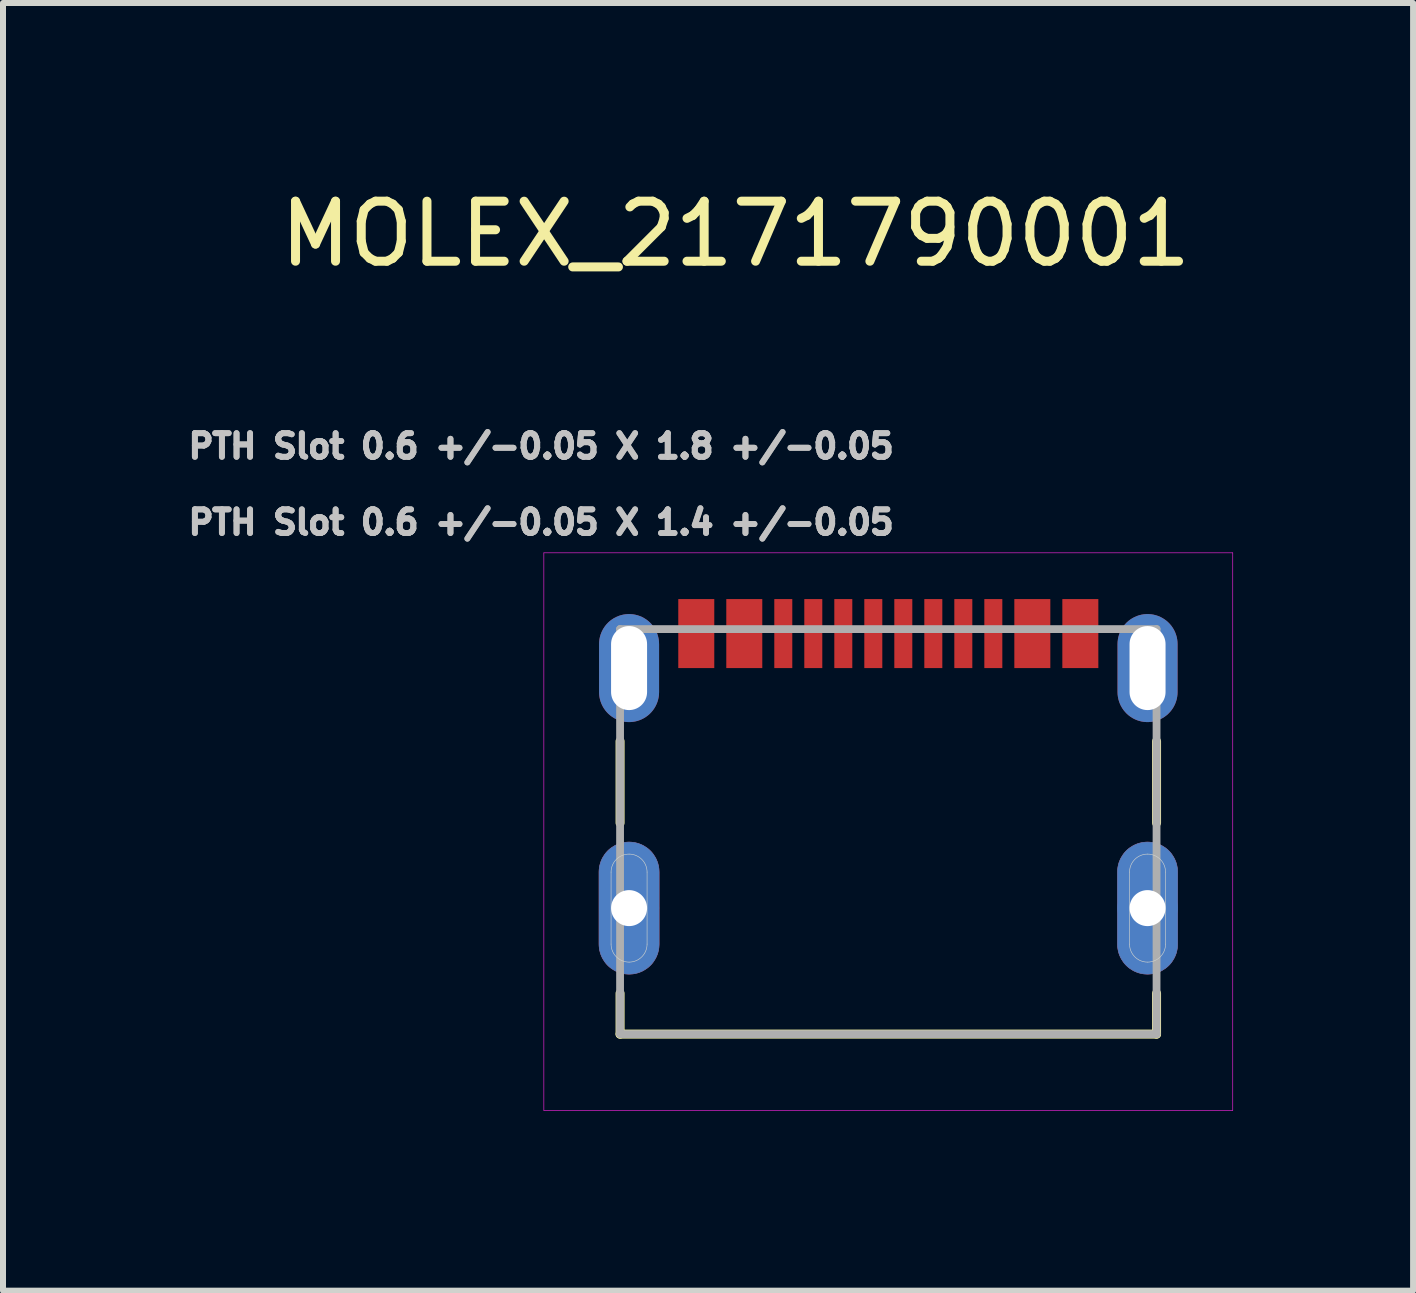
<source format=kicad_pcb>
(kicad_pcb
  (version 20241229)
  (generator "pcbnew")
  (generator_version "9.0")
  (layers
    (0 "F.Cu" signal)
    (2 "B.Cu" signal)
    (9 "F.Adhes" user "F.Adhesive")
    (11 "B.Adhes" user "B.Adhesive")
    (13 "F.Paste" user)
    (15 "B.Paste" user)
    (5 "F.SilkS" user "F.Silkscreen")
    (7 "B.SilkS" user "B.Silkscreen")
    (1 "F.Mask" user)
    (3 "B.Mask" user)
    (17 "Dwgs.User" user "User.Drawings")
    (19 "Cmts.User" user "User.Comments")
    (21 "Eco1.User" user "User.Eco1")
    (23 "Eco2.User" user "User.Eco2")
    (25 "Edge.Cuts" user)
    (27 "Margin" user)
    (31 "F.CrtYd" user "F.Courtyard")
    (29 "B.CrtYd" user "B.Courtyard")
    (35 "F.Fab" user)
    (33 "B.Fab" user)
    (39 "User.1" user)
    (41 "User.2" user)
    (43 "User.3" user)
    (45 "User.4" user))
  (footprint "MOLEX_2171790001"
    (layer "F.Cu")
    (at 11.753 10.808)
    (property "Reference" "MOLEX_2171790001" (at -2.545 -9.96 0) (layer "F.SilkS") (effects (font (size 1 1) (thickness 0.15))))
    (attr smd)
    (fp_poly (pts (xy -4.32 2.375) (xy -4.346 2.374) (xy -4.372 2.372) (xy -4.398 2.369) (xy -4.424 2.364) (xy -4.449 2.358) (xy -4.475 2.351) (xy -4.499 2.342) (xy -4.523 2.332) (xy -4.547 2.321) (xy -4.57 2.308) (xy -4.592 2.294) (xy -4.614 2.28) (xy -4.635 2.264) (xy -4.655 2.247) (xy -4.674 2.229) (xy -4.692 2.21) (xy -4.709 2.19) (xy -4.725 2.169) (xy -4.739 2.147) (xy -4.753 2.125) (xy -4.766 2.102) (xy -4.777 2.078) (xy -4.787 2.054) (xy -4.796 2.03) (xy -4.803 2.004) (xy -4.809 1.979) (xy -4.814 1.953) (xy -4.817 1.927) (xy -4.819 1.901) (xy -4.82 1.875) (xy -4.82 0.675) (xy -4.819 0.649) (xy -4.817 0.623) (xy -4.814 0.597) (xy -4.809 0.571) (xy -4.803 0.546) (xy -4.796 0.52) (xy -4.787 0.496) (xy -4.777 0.472) (xy -4.766 0.448) (xy -4.753 0.425) (xy -4.739 0.403) (xy -4.725 0.381) (xy -4.709 0.36) (xy -4.692 0.34) (xy -4.674 0.321) (xy -4.655 0.303) (xy -4.635 0.286) (xy -4.614 0.27) (xy -4.592 0.256) (xy -4.57 0.242) (xy -4.547 0.229) (xy -4.523 0.218) (xy -4.499 0.208) (xy -4.475 0.199) (xy -4.449 0.192) (xy -4.424 0.186) (xy -4.398 0.181) (xy -4.372 0.178) (xy -4.346 0.176) (xy -4.32 0.175) (xy -4.294 0.176) (xy -4.268 0.178) (xy -4.242 0.181) (xy -4.216 0.186) (xy -4.191 0.192) (xy -4.165 0.199) (xy -4.141 0.208) (xy -4.117 0.218) (xy -4.093 0.229) (xy -4.07 0.242) (xy -4.048 0.256) (xy -4.026 0.27) (xy -4.005 0.286) (xy -3.985 0.303) (xy -3.966 0.321) (xy -3.948 0.34) (xy -3.931 0.36) (xy -3.915 0.381) (xy -3.901 0.403) (xy -3.887 0.425) (xy -3.874 0.448) (xy -3.863 0.472) (xy -3.853 0.496) (xy -3.844 0.52) (xy -3.837 0.546) (xy -3.831 0.571) (xy -3.826 0.597) (xy -3.823 0.623) (xy -3.821 0.649) (xy -3.82 0.675) (xy -3.82 1.875) (xy -3.821 1.901) (xy -3.823 1.927) (xy -3.826 1.953) (xy -3.831 1.979) (xy -3.837 2.004) (xy -3.844 2.03) (xy -3.853 2.054) (xy -3.863 2.078) (xy -3.874 2.102) (xy -3.887 2.125) (xy -3.901 2.147) (xy -3.915 2.169) (xy -3.931 2.19) (xy -3.948 2.21) (xy -3.966 2.229) (xy -3.985 2.247) (xy -4.005 2.264) (xy -4.026 2.28) (xy -4.048 2.294) (xy -4.07 2.308) (xy -4.093 2.321) (xy -4.117 2.332) (xy -4.141 2.342) (xy -4.165 2.351) (xy -4.191 2.358) (xy -4.216 2.364) (xy -4.242 2.369) (xy -4.268 2.372) (xy -4.294 2.374) (xy -4.32 2.375)) (stroke (width 0.01) (type solid)) (fill yes) (layer "F.Cu"))
    (fp_poly (pts (xy 4.32 2.375) (xy 4.294 2.374) (xy 4.268 2.372) (xy 4.242 2.369) (xy 4.216 2.364) (xy 4.191 2.358) (xy 4.165 2.351) (xy 4.141 2.342) (xy 4.117 2.332) (xy 4.093 2.321) (xy 4.07 2.308) (xy 4.048 2.294) (xy 4.026 2.28) (xy 4.005 2.264) (xy 3.985 2.247) (xy 3.966 2.229) (xy 3.948 2.21) (xy 3.931 2.19) (xy 3.915 2.169) (xy 3.901 2.147) (xy 3.887 2.125) (xy 3.874 2.102) (xy 3.863 2.078) (xy 3.853 2.054) (xy 3.844 2.03) (xy 3.837 2.004) (xy 3.831 1.979) (xy 3.826 1.953) (xy 3.823 1.927) (xy 3.821 1.901) (xy 3.82 1.875) (xy 3.82 0.675) (xy 3.821 0.649) (xy 3.823 0.623) (xy 3.826 0.597) (xy 3.831 0.571) (xy 3.837 0.546) (xy 3.844 0.52) (xy 3.853 0.496) (xy 3.863 0.472) (xy 3.874 0.448) (xy 3.887 0.425) (xy 3.901 0.403) (xy 3.915 0.381) (xy 3.931 0.36) (xy 3.948 0.34) (xy 3.966 0.321) (xy 3.985 0.303) (xy 4.005 0.286) (xy 4.026 0.27) (xy 4.048 0.256) (xy 4.07 0.242) (xy 4.093 0.229) (xy 4.117 0.218) (xy 4.141 0.208) (xy 4.165 0.199) (xy 4.191 0.192) (xy 4.216 0.186) (xy 4.242 0.181) (xy 4.268 0.178) (xy 4.294 0.176) (xy 4.32 0.175) (xy 4.346 0.176) (xy 4.372 0.178) (xy 4.398 0.181) (xy 4.424 0.186) (xy 4.449 0.192) (xy 4.475 0.199) (xy 4.499 0.208) (xy 4.523 0.218) (xy 4.547 0.229) (xy 4.57 0.242) (xy 4.592 0.256) (xy 4.614 0.27) (xy 4.635 0.286) (xy 4.655 0.303) (xy 4.674 0.321) (xy 4.692 0.34) (xy 4.709 0.36) (xy 4.725 0.381) (xy 4.739 0.403) (xy 4.753 0.425) (xy 4.766 0.448) (xy 4.777 0.472) (xy 4.787 0.496) (xy 4.796 0.52) (xy 4.803 0.546) (xy 4.809 0.571) (xy 4.814 0.597) (xy 4.817 0.623) (xy 4.819 0.649) (xy 4.82 0.675) (xy 4.82 1.875) (xy 4.819 1.901) (xy 4.817 1.927) (xy 4.814 1.953) (xy 4.809 1.979) (xy 4.803 2.004) (xy 4.796 2.03) (xy 4.787 2.054) (xy 4.777 2.078) (xy 4.766 2.102) (xy 4.753 2.125) (xy 4.739 2.147) (xy 4.725 2.169) (xy 4.709 2.19) (xy 4.692 2.21) (xy 4.674 2.229) (xy 4.655 2.247) (xy 4.635 2.264) (xy 4.614 2.28) (xy 4.592 2.294) (xy 4.57 2.308) (xy 4.547 2.321) (xy 4.523 2.332) (xy 4.499 2.342) (xy 4.475 2.351) (xy 4.449 2.358) (xy 4.424 2.364) (xy 4.398 2.369) (xy 4.372 2.372) (xy 4.346 2.374) (xy 4.32 2.375)) (stroke (width 0.01) (type solid)) (fill yes) (layer "F.Cu"))
    (fp_poly (pts (xy -4.896 0.675) (xy -4.896 1.875) (xy -4.895 1.905) (xy -4.893 1.935) (xy -4.889 1.965) (xy -4.884 1.995) (xy -4.877 2.024) (xy -4.868 2.053) (xy -4.858 2.081) (xy -4.846 2.109) (xy -4.833 2.137) (xy -4.819 2.163) (xy -4.803 2.189) (xy -4.786 2.214) (xy -4.768 2.238) (xy -4.748 2.261) (xy -4.727 2.282) (xy -4.706 2.303) (xy -4.683 2.323) (xy -4.659 2.341) (xy -4.634 2.358) (xy -4.608 2.374) (xy -4.582 2.388) (xy -4.554 2.401) (xy -4.526 2.413) (xy -4.498 2.423) (xy -4.469 2.432) (xy -4.44 2.439) (xy -4.41 2.444) (xy -4.38 2.448) (xy -4.35 2.45) (xy -4.32 2.451) (xy -4.29 2.45) (xy -4.26 2.448) (xy -4.23 2.444) (xy -4.2 2.439) (xy -4.171 2.432) (xy -4.142 2.423) (xy -4.114 2.413) (xy -4.086 2.401) (xy -4.058 2.388) (xy -4.032 2.374) (xy -4.006 2.358) (xy -3.981 2.341) (xy -3.957 2.323) (xy -3.934 2.303) (xy -3.913 2.282) (xy -3.892 2.261) (xy -3.872 2.238) (xy -3.854 2.214) (xy -3.837 2.189) (xy -3.821 2.163) (xy -3.807 2.137) (xy -3.794 2.109) (xy -3.782 2.081) (xy -3.772 2.053) (xy -3.763 2.024) (xy -3.756 1.995) (xy -3.751 1.965) (xy -3.747 1.935) (xy -3.745 1.905) (xy -3.744 1.875) (xy -3.744 0.675) (xy -3.745 0.645) (xy -3.747 0.615) (xy -3.751 0.585) (xy -3.756 0.555) (xy -3.763 0.526) (xy -3.772 0.497) (xy -3.782 0.469) (xy -3.794 0.441) (xy -3.807 0.413) (xy -3.821 0.387) (xy -3.837 0.361) (xy -3.854 0.336) (xy -3.872 0.312) (xy -3.892 0.289) (xy -3.913 0.268) (xy -3.934 0.247) (xy -3.957 0.227) (xy -3.981 0.209) (xy -4.006 0.192) (xy -4.032 0.176) (xy -4.058 0.162) (xy -4.086 0.149) (xy -4.114 0.137) (xy -4.142 0.127) (xy -4.171 0.118) (xy -4.2 0.111) (xy -4.23 0.106) (xy -4.26 0.102) (xy -4.29 0.1) (xy -4.32 0.099) (xy -4.35 0.1) (xy -4.38 0.102) (xy -4.41 0.106) (xy -4.44 0.111) (xy -4.469 0.118) (xy -4.498 0.127) (xy -4.526 0.137) (xy -4.554 0.149) (xy -4.582 0.162) (xy -4.608 0.176) (xy -4.634 0.192) (xy -4.659 0.209) (xy -4.683 0.227) (xy -4.706 0.247) (xy -4.727 0.268) (xy -4.748 0.289) (xy -4.768 0.312) (xy -4.786 0.336) (xy -4.803 0.361) (xy -4.819 0.387) (xy -4.833 0.413) (xy -4.846 0.441) (xy -4.858 0.469) (xy -4.868 0.497) (xy -4.877 0.526) (xy -4.884 0.555) (xy -4.889 0.585) (xy -4.893 0.615) (xy -4.895 0.645) (xy -4.896 0.675) (xy -4.896 0.675)) (stroke (width 0.01) (type solid)) (fill yes) (layer "F.Mask"))
    (fp_poly (pts (xy 3.744 0.675) (xy 3.744 1.875) (xy 3.745 1.905) (xy 3.747 1.935) (xy 3.751 1.965) (xy 3.756 1.995) (xy 3.763 2.024) (xy 3.772 2.053) (xy 3.782 2.081) (xy 3.794 2.109) (xy 3.807 2.137) (xy 3.821 2.163) (xy 3.837 2.189) (xy 3.854 2.214) (xy 3.872 2.238) (xy 3.892 2.261) (xy 3.913 2.282) (xy 3.934 2.303) (xy 3.957 2.323) (xy 3.981 2.341) (xy 4.006 2.358) (xy 4.032 2.374) (xy 4.058 2.388) (xy 4.086 2.401) (xy 4.114 2.413) (xy 4.142 2.423) (xy 4.171 2.432) (xy 4.2 2.439) (xy 4.23 2.444) (xy 4.26 2.448) (xy 4.29 2.45) (xy 4.32 2.451) (xy 4.35 2.45) (xy 4.38 2.448) (xy 4.41 2.444) (xy 4.44 2.439) (xy 4.469 2.432) (xy 4.498 2.423) (xy 4.526 2.413) (xy 4.554 2.401) (xy 4.582 2.388) (xy 4.608 2.374) (xy 4.634 2.358) (xy 4.659 2.341) (xy 4.683 2.323) (xy 4.706 2.303) (xy 4.727 2.282) (xy 4.748 2.261) (xy 4.768 2.238) (xy 4.786 2.214) (xy 4.803 2.189) (xy 4.819 2.163) (xy 4.833 2.137) (xy 4.846 2.109) (xy 4.858 2.081) (xy 4.868 2.053) (xy 4.877 2.024) (xy 4.884 1.995) (xy 4.889 1.965) (xy 4.893 1.935) (xy 4.895 1.905) (xy 4.896 1.875) (xy 4.896 0.675) (xy 4.895 0.645) (xy 4.893 0.615) (xy 4.889 0.585) (xy 4.884 0.555) (xy 4.877 0.526) (xy 4.868 0.497) (xy 4.858 0.469) (xy 4.846 0.441) (xy 4.833 0.413) (xy 4.819 0.387) (xy 4.803 0.361) (xy 4.786 0.336) (xy 4.768 0.312) (xy 4.748 0.289) (xy 4.727 0.268) (xy 4.706 0.247) (xy 4.683 0.227) (xy 4.659 0.209) (xy 4.634 0.192) (xy 4.608 0.176) (xy 4.582 0.162) (xy 4.554 0.149) (xy 4.526 0.137) (xy 4.498 0.127) (xy 4.469 0.118) (xy 4.44 0.111) (xy 4.41 0.106) (xy 4.38 0.102) (xy 4.35 0.1) (xy 4.32 0.099) (xy 4.29 0.1) (xy 4.26 0.102) (xy 4.23 0.106) (xy 4.2 0.111) (xy 4.171 0.118) (xy 4.142 0.127) (xy 4.114 0.137) (xy 4.086 0.149) (xy 4.058 0.162) (xy 4.032 0.176) (xy 4.006 0.192) (xy 3.981 0.209) (xy 3.957 0.227) (xy 3.934 0.247) (xy 3.913 0.268) (xy 3.892 0.289) (xy 3.872 0.312) (xy 3.854 0.336) (xy 3.837 0.361) (xy 3.821 0.387) (xy 3.807 0.413) (xy 3.794 0.441) (xy 3.782 0.469) (xy 3.772 0.497) (xy 3.763 0.526) (xy 3.756 0.555) (xy 3.751 0.585) (xy 3.747 0.615) (xy 3.745 0.645) (xy 3.744 0.675) (xy 3.744 0.675)) (stroke (width 0.01) (type solid)) (fill yes) (layer "F.Mask"))
    (fp_poly (pts (xy -3.576 -3.951) (xy 3.576 -3.951) (xy 3.576 -3.701) (xy 4.32 -3.701) (xy 4.35 -3.7) (xy 4.38 -3.698) (xy 4.41 -3.694) (xy 4.44 -3.689) (xy 4.469 -3.682) (xy 4.498 -3.673) (xy 4.526 -3.663) (xy 4.554 -3.651) (xy 4.582 -3.638) (xy 4.608 -3.624) (xy 4.634 -3.608) (xy 4.659 -3.591) (xy 4.683 -3.573) (xy 4.706 -3.553) (xy 4.727 -3.532) (xy 4.748 -3.511) (xy 4.768 -3.488) (xy 4.786 -3.464) (xy 4.803 -3.439) (xy 4.819 -3.413) (xy 4.833 -3.387) (xy 4.846 -3.359) (xy 4.858 -3.331) (xy 4.868 -3.303) (xy 4.877 -3.274) (xy 4.884 -3.245) (xy 4.889 -3.215) (xy 4.893 -3.185) (xy 4.895 -3.155) (xy 4.896 -3.125) (xy 4.896 -3.115) (xy 4.896 -2.325) (xy 4.895 -2.295) (xy 4.893 -2.265) (xy 4.889 -2.235) (xy 4.884 -2.205) (xy 4.877 -2.176) (xy 4.868 -2.147) (xy 4.858 -2.119) (xy 4.846 -2.091) (xy 4.833 -2.063) (xy 4.819 -2.037) (xy 4.803 -2.011) (xy 4.786 -1.986) (xy 4.768 -1.962) (xy 4.748 -1.939) (xy 4.727 -1.918) (xy 4.706 -1.897) (xy 4.683 -1.877) (xy 4.659 -1.859) (xy 4.634 -1.842) (xy 4.608 -1.826) (xy 4.582 -1.812) (xy 4.554 -1.799) (xy 4.526 -1.787) (xy 4.498 -1.777) (xy 4.469 -1.768) (xy 4.44 -1.761) (xy 4.41 -1.756) (xy 4.38 -1.752) (xy 4.35 -1.75) (xy 4.32 -1.749) (xy 4.29 -1.75) (xy 4.26 -1.752) (xy 4.23 -1.756) (xy 4.2 -1.761) (xy 4.171 -1.768) (xy 4.142 -1.777) (xy 4.114 -1.787) (xy 4.086 -1.799) (xy 4.058 -1.812) (xy 4.032 -1.826) (xy 4.006 -1.842) (xy 3.981 -1.859) (xy 3.957 -1.877) (xy 3.934 -1.897) (xy 3.913 -1.918) (xy 3.892 -1.939) (xy 3.872 -1.962) (xy 3.854 -1.986) (xy 3.837 -2.011) (xy 3.821 -2.037) (xy 3.807 -2.063) (xy 3.794 -2.091) (xy 3.782 -2.119) (xy 3.772 -2.147) (xy 3.763 -2.176) (xy 3.756 -2.205) (xy 3.751 -2.235) (xy 3.747 -2.265) (xy 3.745 -2.295) (xy 3.744 -2.325) (xy 3.744 -2.649) (xy -3.744 -2.649) (xy -3.744 -2.38) (xy -3.744 -2.325) (xy -3.745 -2.295) (xy -3.747 -2.265) (xy -3.751 -2.235) (xy -3.756 -2.205) (xy -3.763 -2.176) (xy -3.772 -2.147) (xy -3.782 -2.119) (xy -3.794 -2.091) (xy -3.807 -2.063) (xy -3.821 -2.037) (xy -3.837 -2.011) (xy -3.854 -1.986) (xy -3.872 -1.962) (xy -3.892 -1.939) (xy -3.913 -1.918) (xy -3.934 -1.897) (xy -3.957 -1.877) (xy -3.981 -1.859) (xy -4.006 -1.842) (xy -4.032 -1.826) (xy -4.058 -1.812) (xy -4.086 -1.799) (xy -4.114 -1.787) (xy -4.142 -1.777) (xy -4.171 -1.768) (xy -4.2 -1.761) (xy -4.23 -1.756) (xy -4.26 -1.752) (xy -4.29 -1.75) (xy -4.32 -1.749) (xy -4.35 -1.75) (xy -4.38 -1.752) (xy -4.41 -1.756) (xy -4.44 -1.761) (xy -4.469 -1.768) (xy -4.498 -1.777) (xy -4.526 -1.787) (xy -4.554 -1.799) (xy -4.582 -1.812) (xy -4.608 -1.826) (xy -4.634 -1.842) (xy -4.659 -1.859) (xy -4.683 -1.877) (xy -4.706 -1.897) (xy -4.727 -1.918) (xy -4.748 -1.939) (xy -4.768 -1.962) (xy -4.786 -1.986) (xy -4.803 -2.011) (xy -4.819 -2.037) (xy -4.833 -2.063) (xy -4.846 -2.091) (xy -4.858 -2.119) (xy -4.868 -2.147) (xy -4.877 -2.176) (xy -4.884 -2.205) (xy -4.889 -2.235) (xy -4.893 -2.265) (xy -4.895 -2.295) (xy -4.896 -2.325) (xy -4.896 -2.33) (xy -4.896 -3.12) (xy -4.896 -3.125) (xy -4.895 -3.155) (xy -4.893 -3.185) (xy -4.889 -3.215) (xy -4.884 -3.245) (xy -4.877 -3.274) (xy -4.868 -3.303) (xy -4.858 -3.331) (xy -4.846 -3.359) (xy -4.833 -3.387) (xy -4.819 -3.413) (xy -4.803 -3.439) (xy -4.786 -3.464) (xy -4.768 -3.488) (xy -4.748 -3.511) (xy -4.727 -3.532) (xy -4.706 -3.553) (xy -4.683 -3.573) (xy -4.659 -3.591) (xy -4.634 -3.608) (xy -4.608 -3.624) (xy -4.582 -3.638) (xy -4.554 -3.651) (xy -4.526 -3.663) (xy -4.498 -3.673) (xy -4.469 -3.682) (xy -4.44 -3.689) (xy -4.41 -3.694) (xy -4.38 -3.698) (xy -4.35 -3.7) (xy -4.32 -3.701) (xy -3.576 -3.701) (xy -3.576 -3.951) (xy -3.576 -3.951)) (stroke (width 0.01) (type solid)) (fill yes) (layer "F.Mask"))
    (fp_poly (pts (xy -4.32 2.375) (xy -4.346 2.374) (xy -4.372 2.372) (xy -4.398 2.369) (xy -4.424 2.364) (xy -4.449 2.358) (xy -4.475 2.351) (xy -4.499 2.342) (xy -4.523 2.332) (xy -4.547 2.321) (xy -4.57 2.308) (xy -4.592 2.294) (xy -4.614 2.28) (xy -4.635 2.264) (xy -4.655 2.247) (xy -4.674 2.229) (xy -4.692 2.21) (xy -4.709 2.19) (xy -4.725 2.169) (xy -4.739 2.147) (xy -4.753 2.125) (xy -4.766 2.102) (xy -4.777 2.078) (xy -4.787 2.054) (xy -4.796 2.03) (xy -4.803 2.004) (xy -4.809 1.979) (xy -4.814 1.953) (xy -4.817 1.927) (xy -4.819 1.901) (xy -4.82 1.875) (xy -4.82 0.675) (xy -4.819 0.649) (xy -4.817 0.623) (xy -4.814 0.597) (xy -4.809 0.571) (xy -4.803 0.546) (xy -4.796 0.52) (xy -4.787 0.496) (xy -4.777 0.472) (xy -4.766 0.448) (xy -4.753 0.425) (xy -4.739 0.403) (xy -4.725 0.381) (xy -4.709 0.36) (xy -4.692 0.34) (xy -4.674 0.321) (xy -4.655 0.303) (xy -4.635 0.286) (xy -4.614 0.27) (xy -4.592 0.256) (xy -4.57 0.242) (xy -4.547 0.229) (xy -4.523 0.218) (xy -4.499 0.208) (xy -4.475 0.199) (xy -4.449 0.192) (xy -4.424 0.186) (xy -4.398 0.181) (xy -4.372 0.178) (xy -4.346 0.176) (xy -4.32 0.175) (xy -4.294 0.176) (xy -4.268 0.178) (xy -4.242 0.181) (xy -4.216 0.186) (xy -4.191 0.192) (xy -4.165 0.199) (xy -4.141 0.208) (xy -4.117 0.218) (xy -4.093 0.229) (xy -4.07 0.242) (xy -4.048 0.256) (xy -4.026 0.27) (xy -4.005 0.286) (xy -3.985 0.303) (xy -3.966 0.321) (xy -3.948 0.34) (xy -3.931 0.36) (xy -3.915 0.381) (xy -3.901 0.403) (xy -3.887 0.425) (xy -3.874 0.448) (xy -3.863 0.472) (xy -3.853 0.496) (xy -3.844 0.52) (xy -3.837 0.546) (xy -3.831 0.571) (xy -3.826 0.597) (xy -3.823 0.623) (xy -3.821 0.649) (xy -3.82 0.675) (xy -3.82 1.875) (xy -3.821 1.901) (xy -3.823 1.927) (xy -3.826 1.953) (xy -3.831 1.979) (xy -3.837 2.004) (xy -3.844 2.03) (xy -3.853 2.054) (xy -3.863 2.078) (xy -3.874 2.102) (xy -3.887 2.125) (xy -3.901 2.147) (xy -3.915 2.169) (xy -3.931 2.19) (xy -3.948 2.21) (xy -3.966 2.229) (xy -3.985 2.247) (xy -4.005 2.264) (xy -4.026 2.28) (xy -4.048 2.294) (xy -4.07 2.308) (xy -4.093 2.321) (xy -4.117 2.332) (xy -4.141 2.342) (xy -4.165 2.351) (xy -4.191 2.358) (xy -4.216 2.364) (xy -4.242 2.369) (xy -4.268 2.372) (xy -4.294 2.374) (xy -4.32 2.375)) (stroke (width 0.01) (type solid)) (fill yes) (layer "B.Cu"))
    (fp_poly (pts (xy 4.32 2.375) (xy 4.294 2.374) (xy 4.268 2.372) (xy 4.242 2.369) (xy 4.216 2.364) (xy 4.191 2.358) (xy 4.165 2.351) (xy 4.141 2.342) (xy 4.117 2.332) (xy 4.093 2.321) (xy 4.07 2.308) (xy 4.048 2.294) (xy 4.026 2.28) (xy 4.005 2.264) (xy 3.985 2.247) (xy 3.966 2.229) (xy 3.948 2.21) (xy 3.931 2.19) (xy 3.915 2.169) (xy 3.901 2.147) (xy 3.887 2.125) (xy 3.874 2.102) (xy 3.863 2.078) (xy 3.853 2.054) (xy 3.844 2.03) (xy 3.837 2.004) (xy 3.831 1.979) (xy 3.826 1.953) (xy 3.823 1.927) (xy 3.821 1.901) (xy 3.82 1.875) (xy 3.82 0.675) (xy 3.821 0.649) (xy 3.823 0.623) (xy 3.826 0.597) (xy 3.831 0.571) (xy 3.837 0.546) (xy 3.844 0.52) (xy 3.853 0.496) (xy 3.863 0.472) (xy 3.874 0.448) (xy 3.887 0.425) (xy 3.901 0.403) (xy 3.915 0.381) (xy 3.931 0.36) (xy 3.948 0.34) (xy 3.966 0.321) (xy 3.985 0.303) (xy 4.005 0.286) (xy 4.026 0.27) (xy 4.048 0.256) (xy 4.07 0.242) (xy 4.093 0.229) (xy 4.117 0.218) (xy 4.141 0.208) (xy 4.165 0.199) (xy 4.191 0.192) (xy 4.216 0.186) (xy 4.242 0.181) (xy 4.268 0.178) (xy 4.294 0.176) (xy 4.32 0.175) (xy 4.346 0.176) (xy 4.372 0.178) (xy 4.398 0.181) (xy 4.424 0.186) (xy 4.449 0.192) (xy 4.475 0.199) (xy 4.499 0.208) (xy 4.523 0.218) (xy 4.547 0.229) (xy 4.57 0.242) (xy 4.592 0.256) (xy 4.614 0.27) (xy 4.635 0.286) (xy 4.655 0.303) (xy 4.674 0.321) (xy 4.692 0.34) (xy 4.709 0.36) (xy 4.725 0.381) (xy 4.739 0.403) (xy 4.753 0.425) (xy 4.766 0.448) (xy 4.777 0.472) (xy 4.787 0.496) (xy 4.796 0.52) (xy 4.803 0.546) (xy 4.809 0.571) (xy 4.814 0.597) (xy 4.817 0.623) (xy 4.819 0.649) (xy 4.82 0.675) (xy 4.82 1.875) (xy 4.819 1.901) (xy 4.817 1.927) (xy 4.814 1.953) (xy 4.809 1.979) (xy 4.803 2.004) (xy 4.796 2.03) (xy 4.787 2.054) (xy 4.777 2.078) (xy 4.766 2.102) (xy 4.753 2.125) (xy 4.739 2.147) (xy 4.725 2.169) (xy 4.709 2.19) (xy 4.692 2.21) (xy 4.674 2.229) (xy 4.655 2.247) (xy 4.635 2.264) (xy 4.614 2.28) (xy 4.592 2.294) (xy 4.57 2.308) (xy 4.547 2.321) (xy 4.523 2.332) (xy 4.499 2.342) (xy 4.475 2.351) (xy 4.449 2.358) (xy 4.424 2.364) (xy 4.398 2.369) (xy 4.372 2.372) (xy 4.346 2.374) (xy 4.32 2.375)) (stroke (width 0.01) (type solid)) (fill yes) (layer "B.Cu"))
    (fp_poly (pts (xy -4.896 0.675) (xy -4.896 1.875) (xy -4.895 1.905) (xy -4.893 1.935) (xy -4.889 1.965) (xy -4.884 1.995) (xy -4.877 2.024) (xy -4.868 2.053) (xy -4.858 2.081) (xy -4.846 2.109) (xy -4.833 2.137) (xy -4.819 2.163) (xy -4.803 2.189) (xy -4.786 2.214) (xy -4.768 2.238) (xy -4.748 2.261) (xy -4.727 2.282) (xy -4.706 2.303) (xy -4.683 2.323) (xy -4.659 2.341) (xy -4.634 2.358) (xy -4.608 2.374) (xy -4.582 2.388) (xy -4.554 2.401) (xy -4.526 2.413) (xy -4.498 2.423) (xy -4.469 2.432) (xy -4.44 2.439) (xy -4.41 2.444) (xy -4.38 2.448) (xy -4.35 2.45) (xy -4.32 2.451) (xy -4.29 2.45) (xy -4.26 2.448) (xy -4.23 2.444) (xy -4.2 2.439) (xy -4.171 2.432) (xy -4.142 2.423) (xy -4.114 2.413) (xy -4.086 2.401) (xy -4.058 2.388) (xy -4.032 2.374) (xy -4.006 2.358) (xy -3.981 2.341) (xy -3.957 2.323) (xy -3.934 2.303) (xy -3.913 2.282) (xy -3.892 2.261) (xy -3.872 2.238) (xy -3.854 2.214) (xy -3.837 2.189) (xy -3.821 2.163) (xy -3.807 2.137) (xy -3.794 2.109) (xy -3.782 2.081) (xy -3.772 2.053) (xy -3.763 2.024) (xy -3.756 1.995) (xy -3.751 1.965) (xy -3.747 1.935) (xy -3.745 1.905) (xy -3.744 1.875) (xy -3.744 0.675) (xy -3.745 0.645) (xy -3.747 0.615) (xy -3.751 0.585) (xy -3.756 0.555) (xy -3.763 0.526) (xy -3.772 0.497) (xy -3.782 0.469) (xy -3.794 0.441) (xy -3.807 0.413) (xy -3.821 0.387) (xy -3.837 0.361) (xy -3.854 0.336) (xy -3.872 0.312) (xy -3.892 0.289) (xy -3.913 0.268) (xy -3.934 0.247) (xy -3.957 0.227) (xy -3.981 0.209) (xy -4.006 0.192) (xy -4.032 0.176) (xy -4.058 0.162) (xy -4.086 0.149) (xy -4.114 0.137) (xy -4.142 0.127) (xy -4.171 0.118) (xy -4.2 0.111) (xy -4.23 0.106) (xy -4.26 0.102) (xy -4.29 0.1) (xy -4.32 0.099) (xy -4.35 0.1) (xy -4.38 0.102) (xy -4.41 0.106) (xy -4.44 0.111) (xy -4.469 0.118) (xy -4.498 0.127) (xy -4.526 0.137) (xy -4.554 0.149) (xy -4.582 0.162) (xy -4.608 0.176) (xy -4.634 0.192) (xy -4.659 0.209) (xy -4.683 0.227) (xy -4.706 0.247) (xy -4.727 0.268) (xy -4.748 0.289) (xy -4.768 0.312) (xy -4.786 0.336) (xy -4.803 0.361) (xy -4.819 0.387) (xy -4.833 0.413) (xy -4.846 0.441) (xy -4.858 0.469) (xy -4.868 0.497) (xy -4.877 0.526) (xy -4.884 0.555) (xy -4.889 0.585) (xy -4.893 0.615) (xy -4.895 0.645) (xy -4.896 0.675) (xy -4.896 0.675)) (stroke (width 0.01) (type solid)) (fill yes) (layer "B.Mask"))
    (fp_poly (pts (xy -4.32 -1.749) (xy -4.35 -1.75) (xy -4.38 -1.752) (xy -4.41 -1.756) (xy -4.44 -1.761) (xy -4.469 -1.768) (xy -4.498 -1.777) (xy -4.526 -1.787) (xy -4.554 -1.799) (xy -4.582 -1.812) (xy -4.608 -1.826) (xy -4.634 -1.842) (xy -4.659 -1.859) (xy -4.683 -1.877) (xy -4.706 -1.897) (xy -4.727 -1.918) (xy -4.748 -1.939) (xy -4.768 -1.962) (xy -4.786 -1.986) (xy -4.803 -2.011) (xy -4.819 -2.037) (xy -4.833 -2.063) (xy -4.846 -2.091) (xy -4.858 -2.119) (xy -4.868 -2.147) (xy -4.877 -2.176) (xy -4.884 -2.205) (xy -4.889 -2.235) (xy -4.893 -2.265) (xy -4.895 -2.295) (xy -4.896 -2.325) (xy -4.896 -3.125) (xy -4.895 -3.155) (xy -4.893 -3.185) (xy -4.889 -3.215) (xy -4.884 -3.245) (xy -4.877 -3.274) (xy -4.868 -3.303) (xy -4.858 -3.331) (xy -4.846 -3.359) (xy -4.833 -3.387) (xy -4.819 -3.413) (xy -4.803 -3.439) (xy -4.786 -3.464) (xy -4.768 -3.488) (xy -4.748 -3.511) (xy -4.727 -3.532) (xy -4.706 -3.553) (xy -4.683 -3.573) (xy -4.659 -3.591) (xy -4.634 -3.608) (xy -4.608 -3.624) (xy -4.582 -3.638) (xy -4.554 -3.651) (xy -4.526 -3.663) (xy -4.498 -3.673) (xy -4.469 -3.682) (xy -4.44 -3.689) (xy -4.41 -3.694) (xy -4.38 -3.698) (xy -4.35 -3.7) (xy -4.32 -3.701) (xy -4.29 -3.7) (xy -4.26 -3.698) (xy -4.23 -3.694) (xy -4.2 -3.689) (xy -4.171 -3.682) (xy -4.142 -3.673) (xy -4.114 -3.663) (xy -4.086 -3.651) (xy -4.058 -3.638) (xy -4.032 -3.624) (xy -4.006 -3.608) (xy -3.981 -3.591) (xy -3.957 -3.573) (xy -3.934 -3.553) (xy -3.913 -3.532) (xy -3.892 -3.511) (xy -3.872 -3.488) (xy -3.854 -3.464) (xy -3.837 -3.439) (xy -3.821 -3.413) (xy -3.807 -3.387) (xy -3.794 -3.359) (xy -3.782 -3.331) (xy -3.772 -3.303) (xy -3.763 -3.274) (xy -3.756 -3.245) (xy -3.751 -3.215) (xy -3.747 -3.185) (xy -3.745 -3.155) (xy -3.744 -3.125) (xy -3.744 -2.325) (xy -3.745 -2.295) (xy -3.747 -2.265) (xy -3.751 -2.235) (xy -3.756 -2.205) (xy -3.763 -2.176) (xy -3.772 -2.147) (xy -3.782 -2.119) (xy -3.794 -2.091) (xy -3.807 -2.063) (xy -3.821 -2.037) (xy -3.837 -2.011) (xy -3.854 -1.986) (xy -3.872 -1.962) (xy -3.892 -1.939) (xy -3.913 -1.918) (xy -3.934 -1.897) (xy -3.957 -1.877) (xy -3.981 -1.859) (xy -4.006 -1.842) (xy -4.032 -1.826) (xy -4.058 -1.812) (xy -4.086 -1.799) (xy -4.114 -1.787) (xy -4.142 -1.777) (xy -4.171 -1.768) (xy -4.2 -1.761) (xy -4.23 -1.756) (xy -4.26 -1.752) (xy -4.29 -1.75) (xy -4.32 -1.749) (xy -4.32 -1.749)) (stroke (width 0.01) (type solid)) (fill yes) (layer "B.Mask"))
    (fp_poly (pts (xy 3.744 0.675) (xy 3.744 1.875) (xy 3.745 1.905) (xy 3.747 1.935) (xy 3.751 1.965) (xy 3.756 1.995) (xy 3.763 2.024) (xy 3.772 2.053) (xy 3.782 2.081) (xy 3.794 2.109) (xy 3.807 2.137) (xy 3.821 2.163) (xy 3.837 2.189) (xy 3.854 2.214) (xy 3.872 2.238) (xy 3.892 2.261) (xy 3.913 2.282) (xy 3.934 2.303) (xy 3.957 2.323) (xy 3.981 2.341) (xy 4.006 2.358) (xy 4.032 2.374) (xy 4.058 2.388) (xy 4.086 2.401) (xy 4.114 2.413) (xy 4.142 2.423) (xy 4.171 2.432) (xy 4.2 2.439) (xy 4.23 2.444) (xy 4.26 2.448) (xy 4.29 2.45) (xy 4.32 2.451) (xy 4.35 2.45) (xy 4.38 2.448) (xy 4.41 2.444) (xy 4.44 2.439) (xy 4.469 2.432) (xy 4.498 2.423) (xy 4.526 2.413) (xy 4.554 2.401) (xy 4.582 2.388) (xy 4.608 2.374) (xy 4.634 2.358) (xy 4.659 2.341) (xy 4.683 2.323) (xy 4.706 2.303) (xy 4.727 2.282) (xy 4.748 2.261) (xy 4.768 2.238) (xy 4.786 2.214) (xy 4.803 2.189) (xy 4.819 2.163) (xy 4.833 2.137) (xy 4.846 2.109) (xy 4.858 2.081) (xy 4.868 2.053) (xy 4.877 2.024) (xy 4.884 1.995) (xy 4.889 1.965) (xy 4.893 1.935) (xy 4.895 1.905) (xy 4.896 1.875) (xy 4.896 0.675) (xy 4.895 0.645) (xy 4.893 0.615) (xy 4.889 0.585) (xy 4.884 0.555) (xy 4.877 0.526) (xy 4.868 0.497) (xy 4.858 0.469) (xy 4.846 0.441) (xy 4.833 0.413) (xy 4.819 0.387) (xy 4.803 0.361) (xy 4.786 0.336) (xy 4.768 0.312) (xy 4.748 0.289) (xy 4.727 0.268) (xy 4.706 0.247) (xy 4.683 0.227) (xy 4.659 0.209) (xy 4.634 0.192) (xy 4.608 0.176) (xy 4.582 0.162) (xy 4.554 0.149) (xy 4.526 0.137) (xy 4.498 0.127) (xy 4.469 0.118) (xy 4.44 0.111) (xy 4.41 0.106) (xy 4.38 0.102) (xy 4.35 0.1) (xy 4.32 0.099) (xy 4.29 0.1) (xy 4.26 0.102) (xy 4.23 0.106) (xy 4.2 0.111) (xy 4.171 0.118) (xy 4.142 0.127) (xy 4.114 0.137) (xy 4.086 0.149) (xy 4.058 0.162) (xy 4.032 0.176) (xy 4.006 0.192) (xy 3.981 0.209) (xy 3.957 0.227) (xy 3.934 0.247) (xy 3.913 0.268) (xy 3.892 0.289) (xy 3.872 0.312) (xy 3.854 0.336) (xy 3.837 0.361) (xy 3.821 0.387) (xy 3.807 0.413) (xy 3.794 0.441) (xy 3.782 0.469) (xy 3.772 0.497) (xy 3.763 0.526) (xy 3.756 0.555) (xy 3.751 0.585) (xy 3.747 0.615) (xy 3.745 0.645) (xy 3.744 0.675) (xy 3.744 0.675)) (stroke (width 0.01) (type solid)) (fill yes) (layer "B.Mask"))
    (fp_poly (pts (xy 4.32 -1.749) (xy 4.29 -1.75) (xy 4.26 -1.752) (xy 4.23 -1.756) (xy 4.2 -1.761) (xy 4.171 -1.768) (xy 4.142 -1.777) (xy 4.114 -1.787) (xy 4.086 -1.799) (xy 4.058 -1.812) (xy 4.032 -1.826) (xy 4.006 -1.842) (xy 3.981 -1.859) (xy 3.957 -1.877) (xy 3.934 -1.897) (xy 3.913 -1.918) (xy 3.892 -1.939) (xy 3.872 -1.962) (xy 3.854 -1.986) (xy 3.837 -2.011) (xy 3.821 -2.037) (xy 3.807 -2.063) (xy 3.794 -2.091) (xy 3.782 -2.119) (xy 3.772 -2.147) (xy 3.763 -2.176) (xy 3.756 -2.205) (xy 3.751 -2.235) (xy 3.747 -2.265) (xy 3.745 -2.295) (xy 3.744 -2.325) (xy 3.744 -3.125) (xy 3.745 -3.155) (xy 3.747 -3.185) (xy 3.751 -3.215) (xy 3.756 -3.245) (xy 3.763 -3.274) (xy 3.772 -3.303) (xy 3.782 -3.331) (xy 3.794 -3.359) (xy 3.807 -3.387) (xy 3.821 -3.413) (xy 3.837 -3.439) (xy 3.854 -3.464) (xy 3.872 -3.488) (xy 3.892 -3.511) (xy 3.913 -3.532) (xy 3.934 -3.553) (xy 3.957 -3.573) (xy 3.981 -3.591) (xy 4.006 -3.608) (xy 4.032 -3.624) (xy 4.058 -3.638) (xy 4.086 -3.651) (xy 4.114 -3.663) (xy 4.142 -3.673) (xy 4.171 -3.682) (xy 4.2 -3.689) (xy 4.23 -3.694) (xy 4.26 -3.698) (xy 4.29 -3.7) (xy 4.32 -3.701) (xy 4.35 -3.7) (xy 4.38 -3.698) (xy 4.41 -3.694) (xy 4.44 -3.689) (xy 4.469 -3.682) (xy 4.498 -3.673) (xy 4.526 -3.663) (xy 4.554 -3.651) (xy 4.582 -3.638) (xy 4.608 -3.624) (xy 4.634 -3.608) (xy 4.659 -3.591) (xy 4.683 -3.573) (xy 4.706 -3.553) (xy 4.727 -3.532) (xy 4.748 -3.511) (xy 4.768 -3.488) (xy 4.786 -3.464) (xy 4.803 -3.439) (xy 4.819 -3.413) (xy 4.833 -3.387) (xy 4.846 -3.359) (xy 4.858 -3.331) (xy 4.868 -3.303) (xy 4.877 -3.274) (xy 4.884 -3.245) (xy 4.889 -3.215) (xy 4.893 -3.185) (xy 4.895 -3.155) (xy 4.896 -3.125) (xy 4.896 -2.325) (xy 4.895 -2.295) (xy 4.893 -2.265) (xy 4.889 -2.235) (xy 4.884 -2.205) (xy 4.877 -2.176) (xy 4.868 -2.147) (xy 4.858 -2.119) (xy 4.846 -2.091) (xy 4.833 -2.063) (xy 4.819 -2.037) (xy 4.803 -2.011) (xy 4.786 -1.986) (xy 4.768 -1.962) (xy 4.748 -1.939) (xy 4.727 -1.918) (xy 4.706 -1.897) (xy 4.683 -1.877) (xy 4.659 -1.859) (xy 4.634 -1.842) (xy 4.608 -1.826) (xy 4.582 -1.812) (xy 4.554 -1.799) (xy 4.526 -1.787) (xy 4.498 -1.777) (xy 4.469 -1.768) (xy 4.44 -1.761) (xy 4.41 -1.756) (xy 4.38 -1.752) (xy 4.35 -1.75) (xy 4.32 -1.749) (xy 4.32 -1.749)) (stroke (width 0.01) (type solid)) (fill yes) (layer "B.Mask"))
    (fp_line (start -4.47 -0.145) (end -4.47 -1.505) (stroke (width 0.15) (type solid)) (layer "F.SilkS"))
    (fp_line (start -4.47 3.375) (end -4.47 2.695) (stroke (width 0.15) (type solid)) (layer "F.SilkS"))
    (fp_line (start 4.47 -1.505) (end 4.47 -0.145) (stroke (width 0.15) (type solid)) (layer "F.SilkS"))
    (fp_line (start 4.47 2.695) (end 4.47 3.375) (stroke (width 0.15) (type solid)) (layer "F.SilkS"))
    (fp_line (start 4.47 3.375) (end -4.47 3.375) (stroke (width 0.15) (type solid)) (layer "F.SilkS"))
    (fp_line (start -4.62 1.275) (end -4.62 0.675) (stroke (width 0.01) (type solid)) (layer "Edge.Cuts"))
    (fp_line (start -4.62 1.875) (end -4.62 1.28) (stroke (width 0.01) (type solid)) (layer "Edge.Cuts"))
    (fp_line (start -4.02 0.675) (end -4.02 1.875) (stroke (width 0.01) (type solid)) (layer "Edge.Cuts"))
    (fp_line (start 4.02 1.275) (end 4.02 0.675) (stroke (width 0.01) (type solid)) (layer "Edge.Cuts"))
    (fp_line (start 4.02 1.875) (end 4.02 1.28) (stroke (width 0.01) (type solid)) (layer "Edge.Cuts"))
    (fp_line (start 4.62 0.675) (end 4.62 1.875) (stroke (width 0.01) (type solid)) (layer "Edge.Cuts"))
    (fp_arc (start -4.62 0.675) (mid -4.532132 0.462868) (end -4.32 0.375) (stroke (width 0.01) (type solid)) (layer "Edge.Cuts"))
    (fp_arc (start -4.32 0.375) (mid -4.107868 0.462868) (end -4.02 0.675) (stroke (width 0.01) (type solid)) (layer "Edge.Cuts"))
    (fp_arc (start -4.32 2.175) (mid -4.532132 2.087132) (end -4.62 1.875) (stroke (width 0.01) (type solid)) (layer "Edge.Cuts"))
    (fp_arc (start -4.02 1.875) (mid -4.107868 2.087132) (end -4.32 2.175) (stroke (width 0.01) (type solid)) (layer "Edge.Cuts"))
    (fp_arc (start 4.02 0.675) (mid 4.107868 0.462868) (end 4.32 0.375) (stroke (width 0.01) (type solid)) (layer "Edge.Cuts"))
    (fp_arc (start 4.32 0.375) (mid 4.532132 0.462868) (end 4.62 0.675) (stroke (width 0.01) (type solid)) (layer "Edge.Cuts"))
    (fp_arc (start 4.32 2.175) (mid 4.107868 2.087132) (end 4.02 1.875) (stroke (width 0.01) (type solid)) (layer "Edge.Cuts"))
    (fp_arc (start 4.62 1.875) (mid 4.532132 2.087132) (end 4.32 2.175) (stroke (width 0.01) (type solid)) (layer "Edge.Cuts"))
    (fp_line (start -5.74 -4.645) (end 5.74 -4.645) (stroke (width 0.01) (type solid)) (layer "F.CrtYd"))
    (fp_line (start -5.74 4.645) (end -5.74 -4.645) (stroke (width 0.01) (type solid)) (layer "F.CrtYd"))
    (fp_line (start 5.74 -4.645) (end 5.74 4.645) (stroke (width 0.01) (type solid)) (layer "F.CrtYd"))
    (fp_line (start 5.74 4.645) (end -5.74 4.645) (stroke (width 0.01) (type solid)) (layer "F.CrtYd"))
    (fp_line (start -4.47 -3.375) (end 4.47 -3.375) (stroke (width 0.13) (type solid)) (layer "F.Fab"))
    (fp_line (start -4.47 3.375) (end -4.47 -3.375) (stroke (width 0.13) (type solid)) (layer "F.Fab"))
    (fp_line (start 4.47 -3.375) (end 4.47 3.375) (stroke (width 0.13) (type solid)) (layer "F.Fab"))
    (fp_line (start 4.47 3.375) (end -4.47 3.375) (stroke (width 0.13) (type solid)) (layer "F.Fab"))
    (fp_text user "PTH Slot 0.6 +/-0.05 X 1.4 +/-0.05" (at -5.786 -5.153 0) (layer "Dwgs.User") (effects (font (size 0.394 0.394) (thickness 0.15))))
    (fp_text user "PTH Slot 0.6 +/-0.05 X 1.8 +/-0.05" (at -5.786 -6.423 0) (layer "Dwgs.User") (effects (font (size 0.394 0.394) (thickness 0.15))))
    (fp_text user "PTH Slot 0.6 +/-0.05 X 1.4 +/-0.05" (at -5.786 -5.153 0) (layer "F.Fab") (effects (font (size 0.394 0.394) (thickness 0.15))))
    (fp_text user "PTH Slot 0.6 +/-0.05 X 1.8 +/-0.05" (at -5.786 -6.423 0) (layer "F.Fab") (effects (font (size 0.394 0.394) (thickness 0.15))))
    (pad "A1B12" smd rect (at -3.2 -3.3) (size 0.6 1.15) (layers "F.Cu" "F.Paste"))
    (pad "A4B9" smd rect (at -2.4 -3.3) (size 0.6 1.15) (layers "F.Cu" "F.Paste"))
    (pad "A5" smd rect (at -1.25 -3.3) (size 0.3 1.15) (layers "F.Cu" "F.Paste"))
    (pad "A6" smd rect (at -0.25 -3.3) (size 0.3 1.15) (layers "F.Cu" "F.Paste"))
    (pad "A7" smd rect (at 0.25 -3.3) (size 0.3 1.15) (layers "F.Cu" "F.Paste"))
    (pad "A8" smd rect (at 1.25 -3.3) (size 0.3 1.15) (layers "F.Cu" "F.Paste"))
    (pad "B1A12" smd rect (at 3.2 -3.3) (size 0.6 1.15) (layers "F.Cu" "F.Paste"))
    (pad "B4A9" smd rect (at 2.4 -3.3) (size 0.6 1.15) (layers "F.Cu" "F.Paste"))
    (pad "B5" smd rect (at 1.75 -3.3) (size 0.3 1.15) (layers "F.Cu" "F.Paste"))
    (pad "B6" smd rect (at 0.75 -3.3) (size 0.3 1.15) (layers "F.Cu" "F.Paste"))
    (pad "B7" smd rect (at -0.75 -3.3) (size 0.3 1.15) (layers "F.Cu" "F.Paste"))
    (pad "B8" smd rect (at -1.75 -3.3) (size 0.3 1.15) (layers "F.Cu" "F.Paste"))
    (pad "SH1" thru_hole circle (at -4.32 1.275) (size 1 1) (drill 0.6) (layers "*.Cu"))
    (pad "SH2" thru_hole circle (at 4.32 1.275) (size 1 1) (drill 0.6) (layers "*.Cu"))
    (pad "SH3" thru_hole oval (at -4.32 -2.725) (size 1 1.8) (drill oval 0.6 1.4) (layers "*.Cu"))
    (pad "SH4" thru_hole oval (at 4.32 -2.725) (size 1 1.8) (drill oval 0.6 1.4) (layers "*.Cu")))
  (gr_rect
    (start -3 -3)
    (end 20.498 18.458)
    (stroke (width 0.1) (type default))
    (fill no)
    (layer "Edge.Cuts")))
</source>
